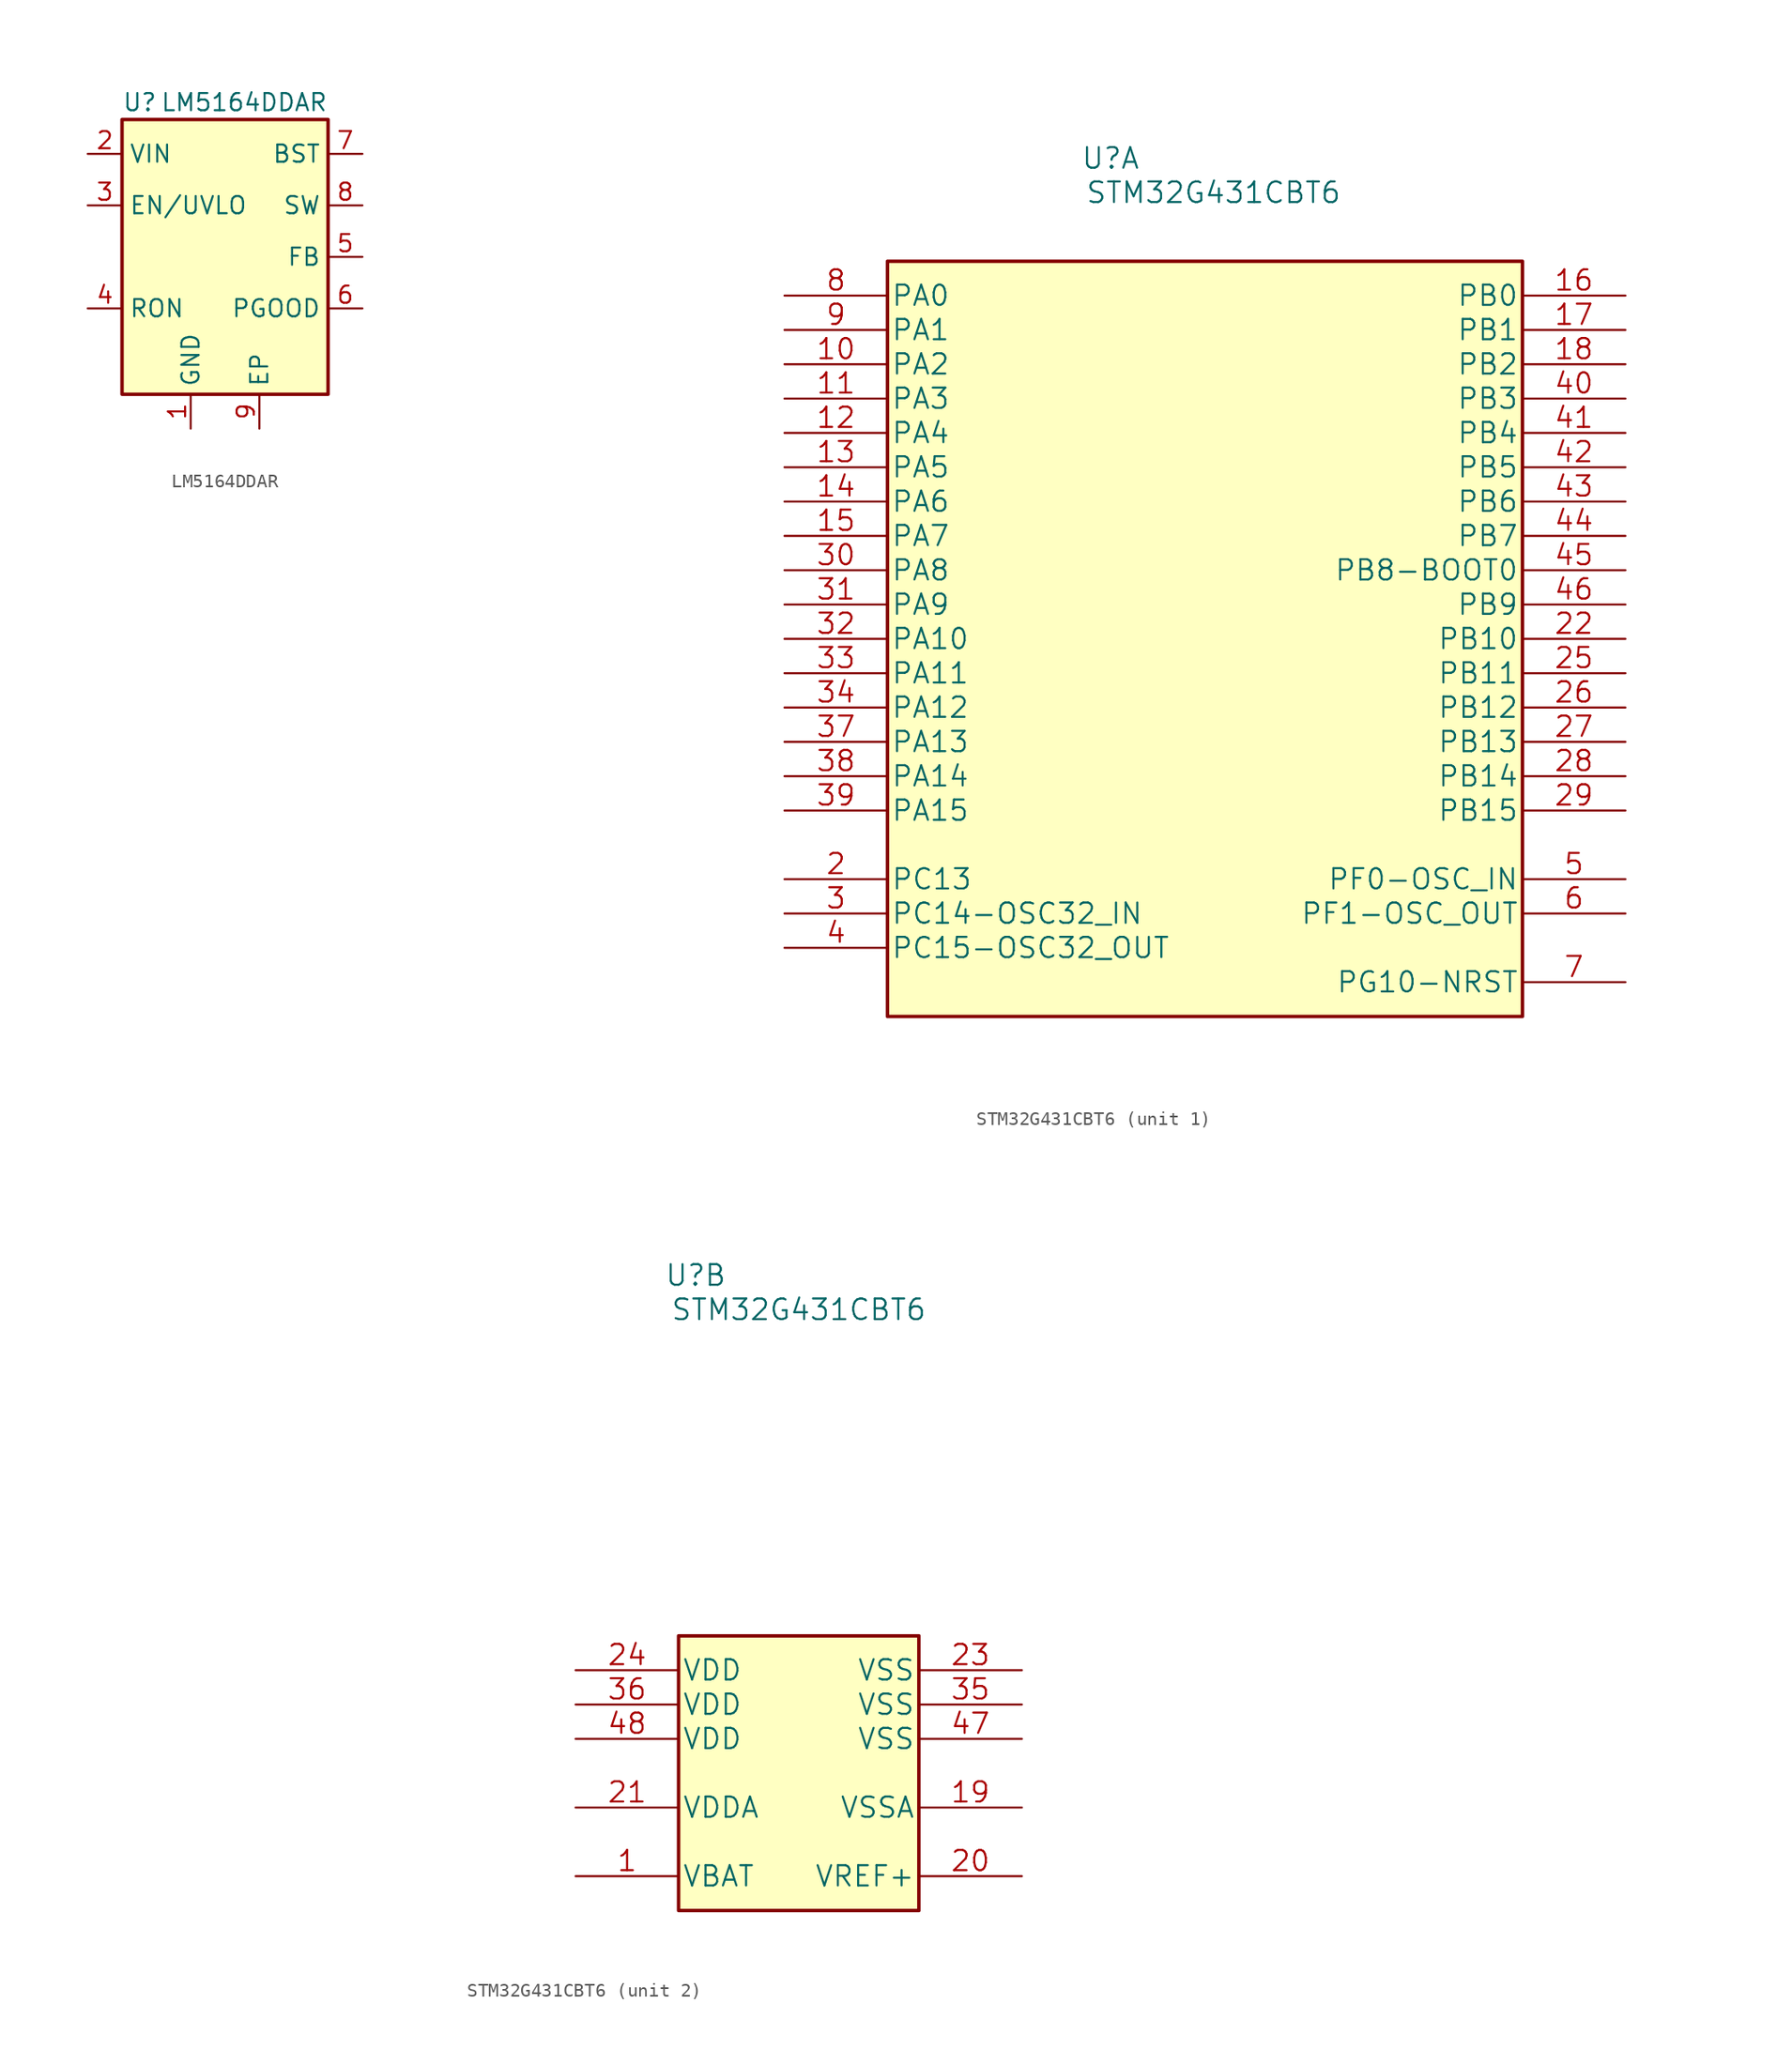
<source format=kicad_sym>
(kicad_symbol_lib
  (version 20211014)
  (generator kicad_symbol_editor)
  (symbol "LM5164DDAR"
    (property "Reference" "U"
      (at -7.62 11.43 0)
      (effects (font (size 1.27 1.27)) (justify left)))
    (property "Value" "LM5164DDAR"
      (at 7.62 11.43 0)
      (effects (font (size 1.27 1.27)) (justify right)))
    (symbol "LM5164DDAR_0_1"
      (rectangle (start -7.62 10.16) (end 7.62 -10.16) (stroke (width 0.254) (type default) (color 0 0 0 0)) (fill (type background))))
    (symbol "LM5164DDAR_1_1"
      (pin power_in line (at -2.54 -12.7 90) (length 2.54) (name "GND" (effects (font (size 1.27 1.27)))) (number "1" (effects (font (size 1.27 1.27)))))
      (pin power_in line (at -10.16 7.62 0) (length 2.54) (name "VIN" (effects (font (size 1.27 1.27)))) (number "2" (effects (font (size 1.27 1.27)))))
      (pin input line (at -10.16 3.81 0) (length 2.54) (name "EN/UVLO" (effects (font (size 1.27 1.27)))) (number "3" (effects (font (size 1.27 1.27)))))
      (pin input line (at -10.16 -3.81 0) (length 2.54) (name "RON" (effects (font (size 1.27 1.27)))) (number "4" (effects (font (size 1.27 1.27)))))
      (pin input line (at 10.16 0 180) (length 2.54) (name "FB" (effects (font (size 1.27 1.27)))) (number "5" (effects (font (size 1.27 1.27)))))
      (pin open_collector line (at 10.16 -3.81 180) (length 2.54) (name "PGOOD" (effects (font (size 1.27 1.27)))) (number "6" (effects (font (size 1.27 1.27)))))
      (pin passive line (at 10.16 7.62 180) (length 2.54) (name "BST" (effects (font (size 1.27 1.27)))) (number "7" (effects (font (size 1.27 1.27)))))
      (pin power_out line (at 10.16 3.81 180) (length 2.54) (name "SW" (effects (font (size 1.27 1.27)))) (number "8" (effects (font (size 1.27 1.27)))))
      (pin passive line (at 2.54 -12.7 90) (length 2.54) (name "EP" (effects (font (size 1.27 1.27)))) (number "9" (effects (font (size 1.27 1.27)))))))
  (symbol "STM32G431CBT6"
    (pin_names
      (offset 0.254))
    (property "Reference" "U"
      (at -7.62 35.56 0)
      (effects (font (size 1.524 1.524))))
    (property "Value" "STM32G431CBT6"
      (at 0 33.02 0)
      (effects (font (size 1.524 1.524))))
    (property "Datasheet" ""
      (at -48.26 31.75 0)
      (effects (font (size 1.524 1.524))))
    (property "ki_locked" ""
      (at 0 0 0)
      (effects (font (size 1.27 1.27))))
    (symbol "STM32G431CBT6_1_1"
      (rectangle (start -24.13 27.94) (end 22.86 -27.94) (stroke (width 0.254) (type default) (color 0 0 0 0)) (fill (type background)))
      (pin bidirectional line (at -31.75 20.32 0) (length 7.62) (name "PA2" (effects (font (size 1.499 1.499)))) (number "10" (effects (font (size 1.499 1.499)))))
      (pin bidirectional line (at -31.75 17.78 0) (length 7.62) (name "PA3" (effects (font (size 1.499 1.499)))) (number "11" (effects (font (size 1.499 1.499)))))
      (pin bidirectional line (at -31.75 15.24 0) (length 7.62) (name "PA4" (effects (font (size 1.499 1.499)))) (number "12" (effects (font (size 1.499 1.499)))))
      (pin bidirectional line (at -31.75 12.7 0) (length 7.62) (name "PA5" (effects (font (size 1.499 1.499)))) (number "13" (effects (font (size 1.499 1.499)))))
      (pin bidirectional line (at -31.75 10.16 0) (length 7.62) (name "PA6" (effects (font (size 1.499 1.499)))) (number "14" (effects (font (size 1.499 1.499)))))
      (pin bidirectional line (at -31.75 7.62 0) (length 7.62) (name "PA7" (effects (font (size 1.499 1.499)))) (number "15" (effects (font (size 1.499 1.499)))))
      (pin bidirectional line (at 30.48 25.4 180) (length 7.62) (name "PB0" (effects (font (size 1.499 1.499)))) (number "16" (effects (font (size 1.499 1.499)))))
      (pin bidirectional line (at 30.48 22.86 180) (length 7.62) (name "PB1" (effects (font (size 1.499 1.499)))) (number "17" (effects (font (size 1.499 1.499)))))
      (pin bidirectional line (at 30.48 20.32 180) (length 7.62) (name "PB2" (effects (font (size 1.499 1.499)))) (number "18" (effects (font (size 1.499 1.499)))))
      (pin bidirectional line (at -31.75 -17.78 0) (length 7.62) (name "PC13" (effects (font (size 1.499 1.499)))) (number "2" (effects (font (size 1.499 1.499)))))
      (pin bidirectional line (at 30.48 0 180) (length 7.62) (name "PB10" (effects (font (size 1.499 1.499)))) (number "22" (effects (font (size 1.499 1.499)))))
      (pin bidirectional line (at 30.48 -2.54 180) (length 7.62) (name "PB11" (effects (font (size 1.499 1.499)))) (number "25" (effects (font (size 1.499 1.499)))))
      (pin bidirectional line (at 30.48 -5.08 180) (length 7.62) (name "PB12" (effects (font (size 1.499 1.499)))) (number "26" (effects (font (size 1.499 1.499)))))
      (pin bidirectional line (at 30.48 -7.62 180) (length 7.62) (name "PB13" (effects (font (size 1.499 1.499)))) (number "27" (effects (font (size 1.499 1.499)))))
      (pin bidirectional line (at 30.48 -10.16 180) (length 7.62) (name "PB14" (effects (font (size 1.499 1.499)))) (number "28" (effects (font (size 1.499 1.499)))))
      (pin bidirectional line (at 30.48 -12.7 180) (length 7.62) (name "PB15" (effects (font (size 1.499 1.499)))) (number "29" (effects (font (size 1.499 1.499)))))
      (pin bidirectional line (at -31.75 -20.32 0) (length 7.62) (name "PC14-OSC32_IN" (effects (font (size 1.499 1.499)))) (number "3" (effects (font (size 1.499 1.499)))))
      (pin bidirectional line (at -31.75 5.08 0) (length 7.62) (name "PA8" (effects (font (size 1.499 1.499)))) (number "30" (effects (font (size 1.499 1.499)))))
      (pin bidirectional line (at -31.75 2.54 0) (length 7.62) (name "PA9" (effects (font (size 1.499 1.499)))) (number "31" (effects (font (size 1.499 1.499)))))
      (pin bidirectional line (at -31.75 0 0) (length 7.62) (name "PA10" (effects (font (size 1.499 1.499)))) (number "32" (effects (font (size 1.499 1.499)))))
      (pin bidirectional line (at -31.75 -2.54 0) (length 7.62) (name "PA11" (effects (font (size 1.499 1.499)))) (number "33" (effects (font (size 1.499 1.499)))))
      (pin bidirectional line (at -31.75 -5.08 0) (length 7.62) (name "PA12" (effects (font (size 1.499 1.499)))) (number "34" (effects (font (size 1.499 1.499)))))
      (pin bidirectional line (at -31.75 -7.62 0) (length 7.62) (name "PA13" (effects (font (size 1.499 1.499)))) (number "37" (effects (font (size 1.499 1.499)))))
      (pin bidirectional line (at -31.75 -10.16 0) (length 7.62) (name "PA14" (effects (font (size 1.499 1.499)))) (number "38" (effects (font (size 1.499 1.499)))))
      (pin bidirectional line (at -31.75 -12.7 0) (length 7.62) (name "PA15" (effects (font (size 1.499 1.499)))) (number "39" (effects (font (size 1.499 1.499)))))
      (pin bidirectional line (at -31.75 -22.86 0) (length 7.62) (name "PC15-OSC32_OUT" (effects (font (size 1.499 1.499)))) (number "4" (effects (font (size 1.499 1.499)))))
      (pin bidirectional line (at 30.48 17.78 180) (length 7.62) (name "PB3" (effects (font (size 1.499 1.499)))) (number "40" (effects (font (size 1.499 1.499)))))
      (pin bidirectional line (at 30.48 15.24 180) (length 7.62) (name "PB4" (effects (font (size 1.499 1.499)))) (number "41" (effects (font (size 1.499 1.499)))))
      (pin bidirectional line (at 30.48 12.7 180) (length 7.62) (name "PB5" (effects (font (size 1.499 1.499)))) (number "42" (effects (font (size 1.499 1.499)))))
      (pin bidirectional line (at 30.48 10.16 180) (length 7.62) (name "PB6" (effects (font (size 1.499 1.499)))) (number "43" (effects (font (size 1.499 1.499)))))
      (pin bidirectional line (at 30.48 7.62 180) (length 7.62) (name "PB7" (effects (font (size 1.499 1.499)))) (number "44" (effects (font (size 1.499 1.499)))))
      (pin bidirectional line (at 30.48 5.08 180) (length 7.62) (name "PB8-BOOT0" (effects (font (size 1.499 1.499)))) (number "45" (effects (font (size 1.499 1.499)))))
      (pin bidirectional line (at 30.48 2.54 180) (length 7.62) (name "PB9" (effects (font (size 1.499 1.499)))) (number "46" (effects (font (size 1.499 1.499)))))
      (pin bidirectional line (at 30.48 -17.78 180) (length 7.62) (name "PF0-OSC_IN" (effects (font (size 1.499 1.499)))) (number "5" (effects (font (size 1.499 1.499)))))
      (pin bidirectional line (at 30.48 -20.32 180) (length 7.62) (name "PF1-OSC_OUT" (effects (font (size 1.499 1.499)))) (number "6" (effects (font (size 1.499 1.499)))))
      (pin bidirectional line (at 30.48 -25.4 180) (length 7.62) (name "PG10-NRST" (effects (font (size 1.499 1.499)))) (number "7" (effects (font (size 1.499 1.499)))))
      (pin bidirectional line (at -31.75 25.4 0) (length 7.62) (name "PA0" (effects (font (size 1.499 1.499)))) (number "8" (effects (font (size 1.499 1.499)))))
      (pin bidirectional line (at -31.75 22.86 0) (length 7.62) (name "PA1" (effects (font (size 1.499 1.499)))) (number "9" (effects (font (size 1.499 1.499))))))
    (symbol "STM32G431CBT6_2_1"
      (rectangle (start -8.89 8.89) (end 8.89 -11.43) (stroke (width 0.254) (type default) (color 0 0 0 0)) (fill (type background)))
      (pin power_in line (at -16.51 -8.89 0) (length 7.62) (name "VBAT" (effects (font (size 1.499 1.499)))) (number "1" (effects (font (size 1.499 1.499)))))
      (pin power_in line (at 16.51 -3.81 180) (length 7.62) (name "VSSA" (effects (font (size 1.499 1.499)))) (number "19" (effects (font (size 1.499 1.499)))))
      (pin power_in line (at 16.51 -8.89 180) (length 7.62) (name "VREF+" (effects (font (size 1.499 1.499)))) (number "20" (effects (font (size 1.499 1.499)))))
      (pin power_in line (at -16.51 -3.81 0) (length 7.62) (name "VDDA" (effects (font (size 1.499 1.499)))) (number "21" (effects (font (size 1.499 1.499)))))
      (pin power_in line (at 16.51 6.35 180) (length 7.62) (name "VSS" (effects (font (size 1.499 1.499)))) (number "23" (effects (font (size 1.499 1.499)))))
      (pin power_in line (at -16.51 6.35 0) (length 7.62) (name "VDD" (effects (font (size 1.499 1.499)))) (number "24" (effects (font (size 1.499 1.499)))))
      (pin power_in line (at 16.51 3.81 180) (length 7.62) (name "VSS" (effects (font (size 1.499 1.499)))) (number "35" (effects (font (size 1.499 1.499)))))
      (pin power_in line (at -16.51 3.81 0) (length 7.62) (name "VDD" (effects (font (size 1.499 1.499)))) (number "36" (effects (font (size 1.499 1.499)))))
      (pin power_in line (at 16.51 1.27 180) (length 7.62) (name "VSS" (effects (font (size 1.499 1.499)))) (number "47" (effects (font (size 1.499 1.499)))))
      (pin power_in line (at -16.51 1.27 0) (length 7.62) (name "VDD" (effects (font (size 1.499 1.499)))) (number "48" (effects (font (size 1.499 1.499))))))))
</source>
